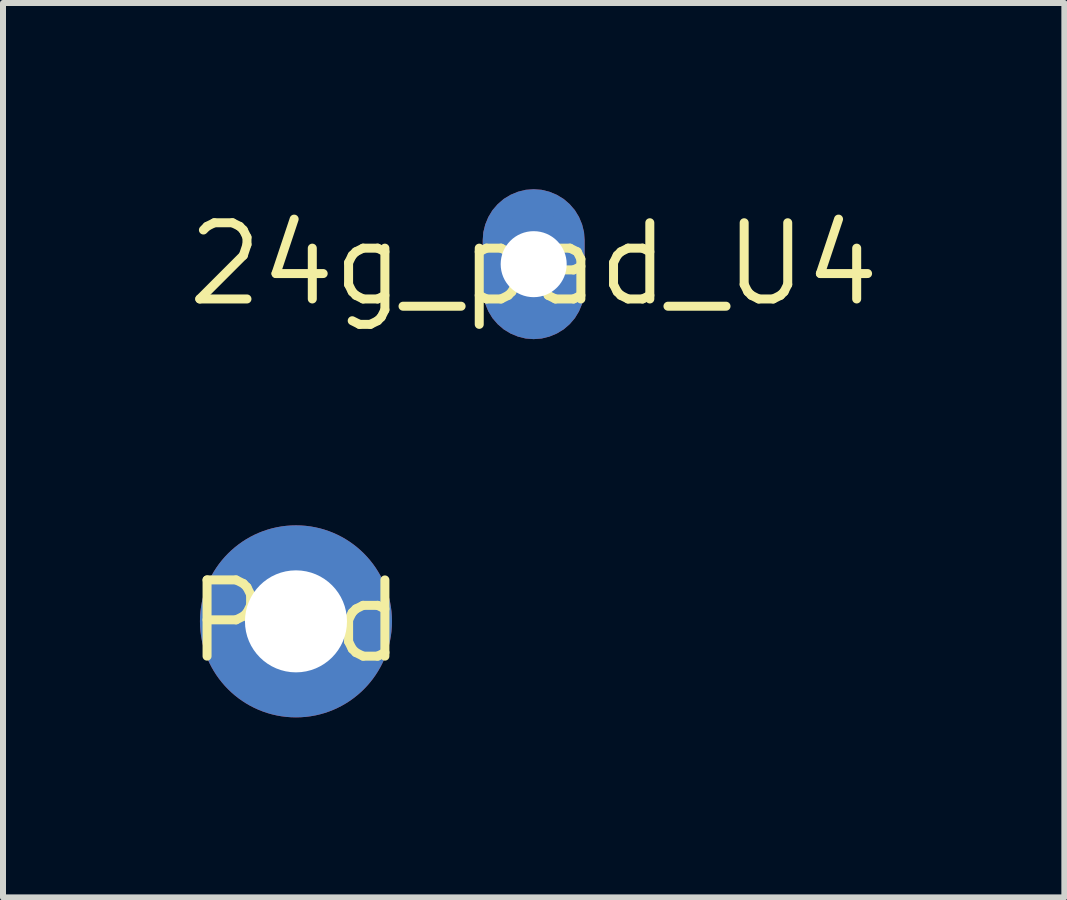
<source format=kicad_pcb>
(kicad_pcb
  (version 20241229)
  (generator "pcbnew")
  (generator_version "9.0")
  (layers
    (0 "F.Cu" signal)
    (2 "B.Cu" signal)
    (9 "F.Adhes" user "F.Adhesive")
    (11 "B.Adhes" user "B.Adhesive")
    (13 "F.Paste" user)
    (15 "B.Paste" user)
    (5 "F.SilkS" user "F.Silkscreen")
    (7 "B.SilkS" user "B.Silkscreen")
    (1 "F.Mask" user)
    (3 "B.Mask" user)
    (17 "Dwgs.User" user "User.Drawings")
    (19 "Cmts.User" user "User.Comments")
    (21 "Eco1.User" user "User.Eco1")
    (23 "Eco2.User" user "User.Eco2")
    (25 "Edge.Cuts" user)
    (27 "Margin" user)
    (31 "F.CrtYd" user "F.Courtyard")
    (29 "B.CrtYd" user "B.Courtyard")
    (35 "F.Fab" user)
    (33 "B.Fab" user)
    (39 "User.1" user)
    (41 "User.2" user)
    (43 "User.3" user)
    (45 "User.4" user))
  (footprint "24g_pad_U4"
    (layer "F.Cu")
    (at 5.843 1.352)
    (property "Reference" "24g_pad_U4" (at 0 0 0) (layer "F.SilkS") (effects (font (size 1.27 1.27) (thickness 0.15))))
    (attr through_hole)
    (fp_poly (pts (xy 0.849 -0.4) (xy 0.839 -0.533) (xy 0.807 -0.662) (xy 0.756 -0.785) (xy 0.687 -0.899) (xy 0.6 -1) (xy 0.499 -1.087) (xy 0.385 -1.156) (xy 0.262 -1.207) (xy 0.133 -1.239) (xy 0 -1.249) (xy -0.133 -1.239) (xy -0.262 -1.207) (xy -0.385 -1.156) (xy -0.499 -1.087) (xy -0.6 -1) (xy -0.687 -0.899) (xy -0.756 -0.785) (xy -0.807 -0.662) (xy -0.839 -0.533) (xy -0.849 -0.4) (xy -0.849 0.4) (xy -0.839 0.533) (xy -0.807 0.662) (xy -0.756 0.785) (xy -0.687 0.899) (xy -0.6 1) (xy -0.499 1.087) (xy -0.385 1.156) (xy -0.262 1.207) (xy -0.133 1.239) (xy 0 1.249) (xy 0.133 1.239) (xy 0.262 1.207) (xy 0.385 1.156) (xy 0.499 1.087) (xy 0.6 1) (xy 0.687 0.899) (xy 0.756 0.785) (xy 0.807 0.662) (xy 0.839 0.533) (xy 0.849 0.4)) (stroke (width 0) (type solid)) (fill yes) (layer "F.Cu"))
    (fp_poly (pts (xy -0.952 0.4) (xy -0.94 0.549) (xy -0.905 0.694) (xy -0.848 0.832) (xy -0.77 0.96) (xy -0.673 1.073) (xy -0.56 1.17) (xy -0.432 1.248) (xy -0.294 1.305) (xy -0.149 1.34) (xy 0 1.352) (xy 0.149 1.34) (xy 0.294 1.305) (xy 0.432 1.248) (xy 0.56 1.17) (xy 0.673 1.073) (xy 0.77 0.96) (xy 0.848 0.832) (xy 0.905 0.694) (xy 0.94 0.549) (xy 0.952 0.4) (xy 0.952 -0.4) (xy 0.94 -0.549) (xy 0.905 -0.694) (xy 0.848 -0.832) (xy 0.77 -0.96) (xy 0.673 -1.073) (xy 0.56 -1.17) (xy 0.432 -1.248) (xy 0.294 -1.305) (xy 0.149 -1.34) (xy 0 -1.352) (xy -0.149 -1.34) (xy -0.294 -1.305) (xy -0.432 -1.248) (xy -0.56 -1.17) (xy -0.673 -1.073) (xy -0.77 -0.96) (xy -0.848 -0.832) (xy -0.905 -0.694) (xy -0.94 -0.549) (xy -0.952 -0.4)) (stroke (width 0) (type solid)) (fill yes) (layer "F.Mask"))
    (fp_poly (pts (xy 0.849 -0.4) (xy 0.839 -0.533) (xy 0.807 -0.662) (xy 0.756 -0.785) (xy 0.687 -0.899) (xy 0.6 -1) (xy 0.499 -1.087) (xy 0.385 -1.156) (xy 0.262 -1.207) (xy 0.133 -1.239) (xy 0 -1.249) (xy -0.133 -1.239) (xy -0.262 -1.207) (xy -0.385 -1.156) (xy -0.499 -1.087) (xy -0.6 -1) (xy -0.687 -0.899) (xy -0.756 -0.785) (xy -0.807 -0.662) (xy -0.839 -0.533) (xy -0.849 -0.4) (xy -0.849 0.4) (xy -0.839 0.533) (xy -0.807 0.662) (xy -0.756 0.785) (xy -0.687 0.899) (xy -0.6 1) (xy -0.499 1.087) (xy -0.385 1.156) (xy -0.262 1.207) (xy -0.133 1.239) (xy 0 1.249) (xy 0.133 1.239) (xy 0.262 1.207) (xy 0.385 1.156) (xy 0.499 1.087) (xy 0.6 1) (xy 0.687 0.899) (xy 0.756 0.785) (xy 0.807 0.662) (xy 0.839 0.533) (xy 0.849 0.4)) (stroke (width 0) (type solid)) (fill yes) (layer "B.Cu"))
    (fp_poly (pts (xy -0.952 0.4) (xy -0.94 0.549) (xy -0.905 0.694) (xy -0.848 0.832) (xy -0.77 0.96) (xy -0.673 1.073) (xy -0.56 1.17) (xy -0.432 1.248) (xy -0.294 1.305) (xy -0.149 1.34) (xy 0 1.352) (xy 0.149 1.34) (xy 0.294 1.305) (xy 0.432 1.248) (xy 0.56 1.17) (xy 0.673 1.073) (xy 0.77 0.96) (xy 0.848 0.832) (xy 0.905 0.694) (xy 0.94 0.549) (xy 0.952 0.4) (xy 0.952 -0.4) (xy 0.94 -0.549) (xy 0.905 -0.694) (xy 0.848 -0.832) (xy 0.77 -0.96) (xy 0.673 -1.073) (xy 0.56 -1.17) (xy 0.432 -1.248) (xy 0.294 -1.305) (xy 0.149 -1.34) (xy 0 -1.352) (xy -0.149 -1.34) (xy -0.294 -1.305) (xy -0.432 -1.248) (xy -0.56 -1.17) (xy -0.673 -1.073) (xy -0.77 -0.96) (xy -0.848 -0.832) (xy -0.905 -0.694) (xy -0.94 -0.549) (xy -0.952 -0.4)) (stroke (width 0) (type solid)) (fill yes) (layer "B.Mask"))
    (pad "1" thru_hole circle (at 0 0 90) (size 1.7 1.7) (drill 1.1) (layers "*.Cu" "*.Mask")))
  (footprint "Pad"
    (layer "F.Cu")
    (at 1.882 7.304)
    (property "Reference" "Pad" (at 0 0 0) (layer "F.SilkS") (effects (font (size 1.27 1.27) (thickness 0.15))))
    (attr through_hole)
    (pad "1" thru_hole circle (at 0 0) (size 3.2 3.2) (drill 1.7) (layers "*.Cu" "*.Mask")))
  (gr_rect
    (start -3 -3)
    (end 14.686 11.904)
    (stroke (width 0.1) (type default))
    (fill no)
    (layer "Edge.Cuts")))
</source>
